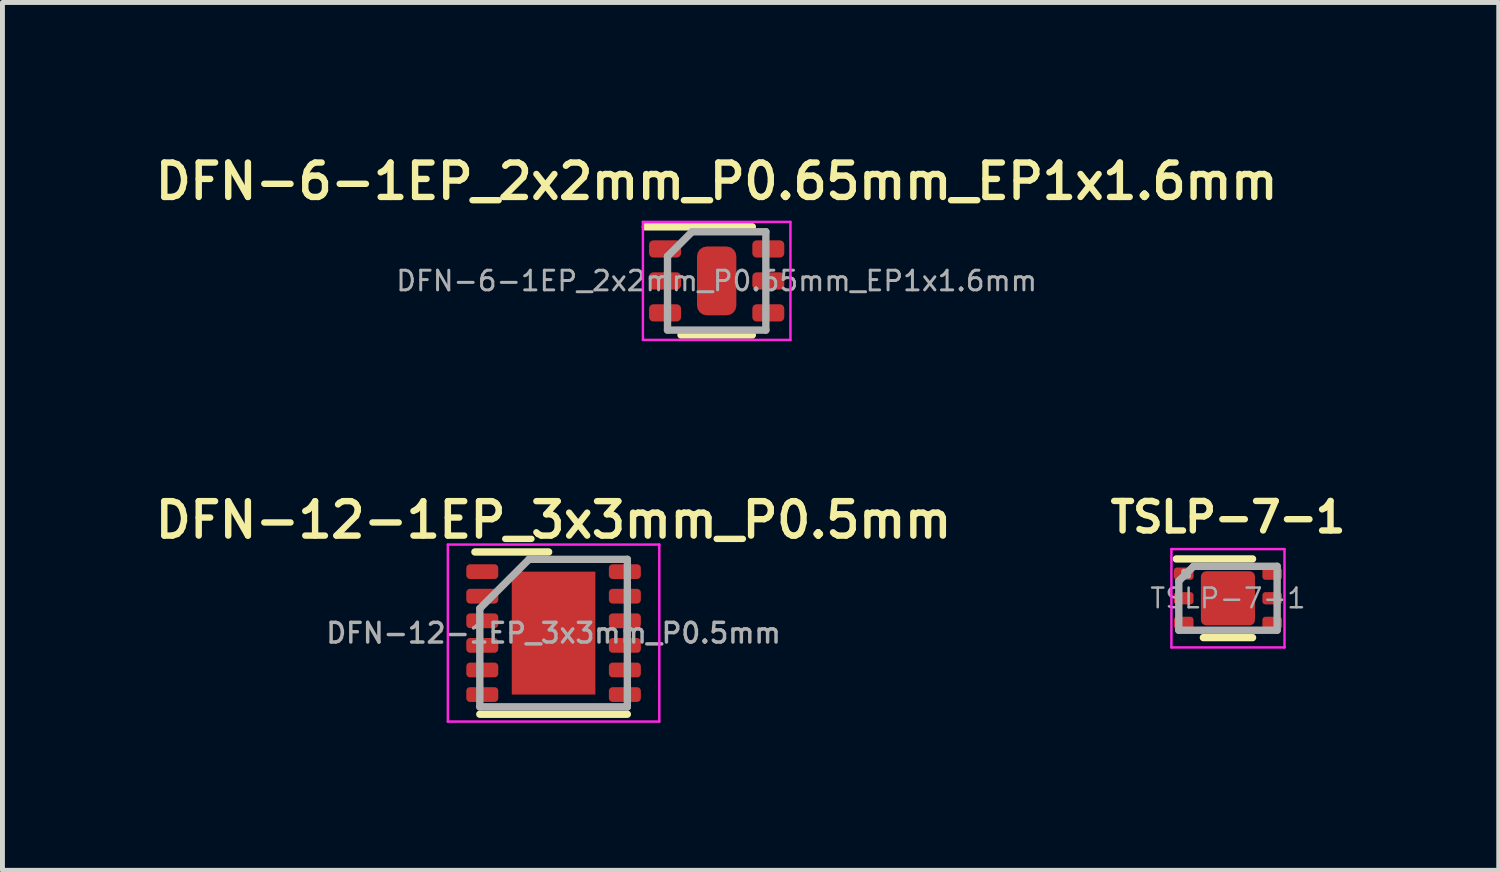
<source format=kicad_pcb>
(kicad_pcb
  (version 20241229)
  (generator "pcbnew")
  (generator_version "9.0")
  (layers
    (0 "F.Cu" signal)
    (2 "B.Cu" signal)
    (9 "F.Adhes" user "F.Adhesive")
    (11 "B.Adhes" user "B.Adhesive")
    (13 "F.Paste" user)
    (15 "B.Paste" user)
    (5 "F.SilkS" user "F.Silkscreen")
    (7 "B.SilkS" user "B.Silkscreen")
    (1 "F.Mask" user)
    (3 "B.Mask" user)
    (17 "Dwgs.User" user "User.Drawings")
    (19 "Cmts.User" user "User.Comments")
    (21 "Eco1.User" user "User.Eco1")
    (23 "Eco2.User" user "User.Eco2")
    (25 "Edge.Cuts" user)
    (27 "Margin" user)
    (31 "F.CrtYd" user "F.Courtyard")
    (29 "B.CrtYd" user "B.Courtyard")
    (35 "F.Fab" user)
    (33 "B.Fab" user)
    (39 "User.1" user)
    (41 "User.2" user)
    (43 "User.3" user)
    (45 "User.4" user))
  (footprint "DFN-12-1EP_3x3mm_P0.5mm"
    (layer "F.Cu")
    (at 8.208 9.825)
    (property "Reference" "DFN-12-1EP_3x3mm_P0.5mm" (at 0 -2.3 0) (layer "F.SilkS") (effects (font (size 0.7 0.7) (thickness 0.13))))
    (attr smd)
    (fp_line (start -1.6 -1.65) (end -0.1 -1.65) (stroke (width 0.15) (type solid)) (layer "F.SilkS"))
    (fp_line (start -1.5 1.65) (end 1.5 1.65) (stroke (width 0.15) (type solid)) (layer "F.SilkS"))
    (fp_poly (pts (xy -0.2 -0.2) (xy -0.7 -0.2) (xy -0.7 -1.1) (xy -0.2 -1.1)) (stroke (width 0.1) (type solid)) (fill yes) (layer "F.Paste"))
    (fp_poly (pts (xy -0.2 1.1) (xy -0.7 1.1) (xy -0.7 0.2) (xy -0.2 0.2)) (stroke (width 0.1) (type solid)) (fill yes) (layer "F.Paste"))
    (fp_poly (pts (xy 0.7 -0.2) (xy 0.2 -0.2) (xy 0.2 -1.1) (xy 0.7 -1.1)) (stroke (width 0.1) (type solid)) (fill yes) (layer "F.Paste"))
    (fp_poly (pts (xy 0.7 1.1) (xy 0.2 1.1) (xy 0.2 0.2) (xy 0.7 0.2)) (stroke (width 0.1) (type solid)) (fill yes) (layer "F.Paste"))
    (fp_line (start -2.15 -1.8) (end -2.15 1.8) (stroke (width 0.05) (type solid)) (layer "F.CrtYd"))
    (fp_line (start -2.15 -1.8) (end 2.15 -1.8) (stroke (width 0.05) (type solid)) (layer "F.CrtYd"))
    (fp_line (start -2.15 1.8) (end 2.15 1.8) (stroke (width 0.05) (type solid)) (layer "F.CrtYd"))
    (fp_line (start 2.15 -1.8) (end 2.15 1.8) (stroke (width 0.05) (type solid)) (layer "F.CrtYd"))
    (fp_line (start -1.5 -0.5) (end -0.5 -1.5) (stroke (width 0.15) (type solid)) (layer "F.Fab"))
    (fp_line (start -1.5 1.5) (end -1.5 -0.5) (stroke (width 0.15) (type solid)) (layer "F.Fab"))
    (fp_line (start -0.5 -1.5) (end 1.5 -1.5) (stroke (width 0.15) (type solid)) (layer "F.Fab"))
    (fp_line (start 1.5 -1.5) (end 1.5 1.5) (stroke (width 0.15) (type solid)) (layer "F.Fab"))
    (fp_line (start 1.5 1.5) (end -1.5 1.5) (stroke (width 0.15) (type solid)) (layer "F.Fab"))
    (fp_text user "${REFERENCE}" (at 0 0 0) (layer "F.Fab") (effects (font (size 0.4 0.4) (thickness 0.07))))
    (pad "1" smd roundrect (at -1.45 -1.25) (size 0.65 0.3) (layers "F.Cu" "F.Mask" "F.Paste") (roundrect_rratio 0.25))
    (pad "2" smd roundrect (at -1.45 -0.75) (size 0.65 0.3) (layers "F.Cu" "F.Mask" "F.Paste") (roundrect_rratio 0.25))
    (pad "3" smd roundrect (at -1.45 -0.25) (size 0.65 0.3) (layers "F.Cu" "F.Mask" "F.Paste") (roundrect_rratio 0.25))
    (pad "4" smd roundrect (at -1.45 0.25) (size 0.65 0.3) (layers "F.Cu" "F.Mask" "F.Paste") (roundrect_rratio 0.25))
    (pad "5" smd roundrect (at -1.45 0.75) (size 0.65 0.3) (layers "F.Cu" "F.Mask" "F.Paste") (roundrect_rratio 0.25))
    (pad "6" smd roundrect (at -1.45 1.25) (size 0.65 0.3) (layers "F.Cu" "F.Mask" "F.Paste") (roundrect_rratio 0.25))
    (pad "7" smd roundrect (at 1.45 1.25) (size 0.65 0.3) (layers "F.Cu" "F.Mask" "F.Paste") (roundrect_rratio 0.25))
    (pad "8" smd roundrect (at 1.45 0.75) (size 0.65 0.3) (layers "F.Cu" "F.Mask" "F.Paste") (roundrect_rratio 0.25))
    (pad "9" smd roundrect (at 1.45 0.25) (size 0.65 0.3) (layers "F.Cu" "F.Mask" "F.Paste") (roundrect_rratio 0.25))
    (pad "10" smd roundrect (at 1.45 -0.25) (size 0.65 0.3) (layers "F.Cu" "F.Mask" "F.Paste") (roundrect_rratio 0.25))
    (pad "11" smd roundrect (at 1.45 -0.75) (size 0.65 0.3) (layers "F.Cu" "F.Mask" "F.Paste") (roundrect_rratio 0.25))
    (pad "12" smd roundrect (at 1.45 -1.25) (size 0.65 0.3) (layers "F.Cu" "F.Mask" "F.Paste") (roundrect_rratio 0.25))
    (pad "13" smd rect (at 0 0) (size 1.7 2.5) (layers "F.Cu" "F.Mask")))
  (footprint "TSLP-7-1"
    (layer "F.Cu")
    (at 21.923 9.117)
    (property "Reference" "TSLP-7-1" (at 0 -1.65 0) (layer "F.SilkS") (effects (font (size 0.6 0.6) (thickness 0.13))))
    (property "Value" "${VALUE}" (at 0 1.35 0) (layer "F.Fab") (hide yes) (effects (font (size 0.4 0.4) (thickness 0.05))))
    (attr smd)
    (fp_line (start -1.05 -0.8) (end 0.5 -0.8) (stroke (width 0.15) (type solid)) (layer "F.SilkS"))
    (fp_line (start -0.5 0.8) (end 0.5 0.8) (stroke (width 0.15) (type solid)) (layer "F.SilkS"))
    (fp_line (start -1.15 -1) (end -1.15 1) (stroke (width 0.05) (type solid)) (layer "F.CrtYd"))
    (fp_line (start -1.15 -1) (end 1.15 -1) (stroke (width 0.05) (type solid)) (layer "F.CrtYd"))
    (fp_line (start -1.15 1) (end 1.15 1) (stroke (width 0.05) (type solid)) (layer "F.CrtYd"))
    (fp_line (start 1.15 -1) (end 1.15 1) (stroke (width 0.05) (type solid)) (layer "F.CrtYd"))
    (fp_line (start -1 -0.35) (end -0.7 -0.65) (stroke (width 0.15) (type solid)) (layer "F.Fab"))
    (fp_line (start -1 0.65) (end -1 -0.35) (stroke (width 0.15) (type solid)) (layer "F.Fab"))
    (fp_line (start -0.7 -0.65) (end 1 -0.65) (stroke (width 0.15) (type solid)) (layer "F.Fab"))
    (fp_line (start 1 -0.65) (end 1 0.65) (stroke (width 0.15) (type solid)) (layer "F.Fab"))
    (fp_line (start 1 0.65) (end -1 0.65) (stroke (width 0.15) (type solid)) (layer "F.Fab"))
    (fp_rect (start -0.9 -0.55) (end -0.8 -0.45) (stroke (width 0.1) (type solid)) (fill no) (layer "F.Fab"))
    (fp_text user "${REFERENCE}" (at 0 0 0) (layer "F.Fab") (effects (font (size 0.4 0.4) (thickness 0.05))))
    (pad "1" smd roundrect (at -0.9 -0.5) (size 0.4 0.25) (layers "F.Cu" "F.Mask" "F.Paste") (roundrect_rratio 0.25))
    (pad "2" smd roundrect (at -0.9 0) (size 0.4 0.25) (layers "F.Cu" "F.Mask" "F.Paste") (roundrect_rratio 0.25))
    (pad "3" smd roundrect (at -0.9 0.5) (size 0.4 0.25) (layers "F.Cu" "F.Mask" "F.Paste") (roundrect_rratio 0.25))
    (pad "4" smd roundrect (at 0.9 0.5) (size 0.4 0.25) (layers "F.Cu" "F.Mask" "F.Paste") (roundrect_rratio 0.25))
    (pad "5" smd roundrect (at 0.9 0) (size 0.4 0.25) (layers "F.Cu" "F.Mask" "F.Paste") (roundrect_rratio 0.25))
    (pad "6" smd roundrect (at 0.9 -0.5) (size 0.4 0.25) (layers "F.Cu" "F.Mask" "F.Paste") (roundrect_rratio 0.25))
    (pad "7" smd roundrect (at 0 0) (size 1.1 1.1) (layers "F.Cu" "F.Mask" "F.Paste") (roundrect_rratio 0.1)))
  (footprint "DFN-6-1EP_2x2mm_P0.65mm_EP1x1.6mm"
    (layer "F.Cu")
    (at 11.525 2.663)
    (property "Reference" "DFN-6-1EP_2x2mm_P0.65mm_EP1x1.6mm" (at 0 -2.025 0) (layer "F.SilkS") (effects (font (size 0.7 0.7) (thickness 0.13))))
    (attr smd)
    (fp_line (start -1.45 -1.1) (end 0.725 -1.1) (stroke (width 0.15) (type solid)) (layer "F.SilkS"))
    (fp_line (start -0.725 1.1) (end 0.725 1.1) (stroke (width 0.15) (type solid)) (layer "F.SilkS"))
    (fp_line (start -1.5 -1.2) (end -1.5 1.2) (stroke (width 0.05) (type solid)) (layer "F.CrtYd"))
    (fp_line (start -1.5 -1.2) (end 1.5 -1.2) (stroke (width 0.05) (type solid)) (layer "F.CrtYd"))
    (fp_line (start -1.5 1.2) (end 1.5 1.2) (stroke (width 0.05) (type solid)) (layer "F.CrtYd"))
    (fp_line (start 1.5 -1.2) (end 1.5 1.2) (stroke (width 0.05) (type solid)) (layer "F.CrtYd"))
    (fp_line (start -1 -0.5) (end -0.5 -1) (stroke (width 0.15) (type solid)) (layer "F.Fab"))
    (fp_line (start -1 1) (end -1 -0.5) (stroke (width 0.15) (type solid)) (layer "F.Fab"))
    (fp_line (start -0.5 -1) (end 1 -1) (stroke (width 0.15) (type solid)) (layer "F.Fab"))
    (fp_line (start 1 -1) (end 1 1) (stroke (width 0.15) (type solid)) (layer "F.Fab"))
    (fp_line (start 1 1) (end -1 1) (stroke (width 0.15) (type solid)) (layer "F.Fab"))
    (fp_text user "${REFERENCE}" (at 0 0 0) (layer "F.Fab") (effects (font (size 0.4 0.4) (thickness 0.06))))
    (pad "" smd roundrect (at 0 -0.4) (size 0.8 0.6) (layers "F.Paste") (roundrect_rratio 0.25))
    (pad "" smd roundrect (at 0 0.4) (size 0.8 0.6) (layers "F.Paste") (roundrect_rratio 0.25))
    (pad "1" smd roundrect (at -1.05 -0.65) (size 0.65 0.35) (layers "F.Cu" "F.Mask" "F.Paste") (roundrect_rratio 0.25))
    (pad "2" smd roundrect (at -1.05 0) (size 0.65 0.35) (layers "F.Cu" "F.Mask" "F.Paste") (roundrect_rratio 0.25))
    (pad "3" smd roundrect (at -1.05 0.65) (size 0.65 0.35) (layers "F.Cu" "F.Mask" "F.Paste") (roundrect_rratio 0.25))
    (pad "4" smd roundrect (at 1.05 0.65) (size 0.65 0.35) (layers "F.Cu" "F.Mask" "F.Paste") (roundrect_rratio 0.25))
    (pad "5" smd roundrect (at 1.05 0) (size 0.65 0.35) (layers "F.Cu" "F.Mask" "F.Paste") (roundrect_rratio 0.25))
    (pad "6" smd roundrect (at 1.05 -0.65) (size 0.65 0.35) (layers "F.Cu" "F.Mask" "F.Paste") (roundrect_rratio 0.25))
    (pad "7" smd roundrect (at 0 0) (size 0.8 1.4) (layers "F.Cu" "F.Mask") (roundrect_rratio 0.25)))
  (gr_rect
    (start -3 -3)
    (end 27.43 14.65)
    (stroke (width 0.1) (type default))
    (fill no)
    (layer "Edge.Cuts")))
</source>
